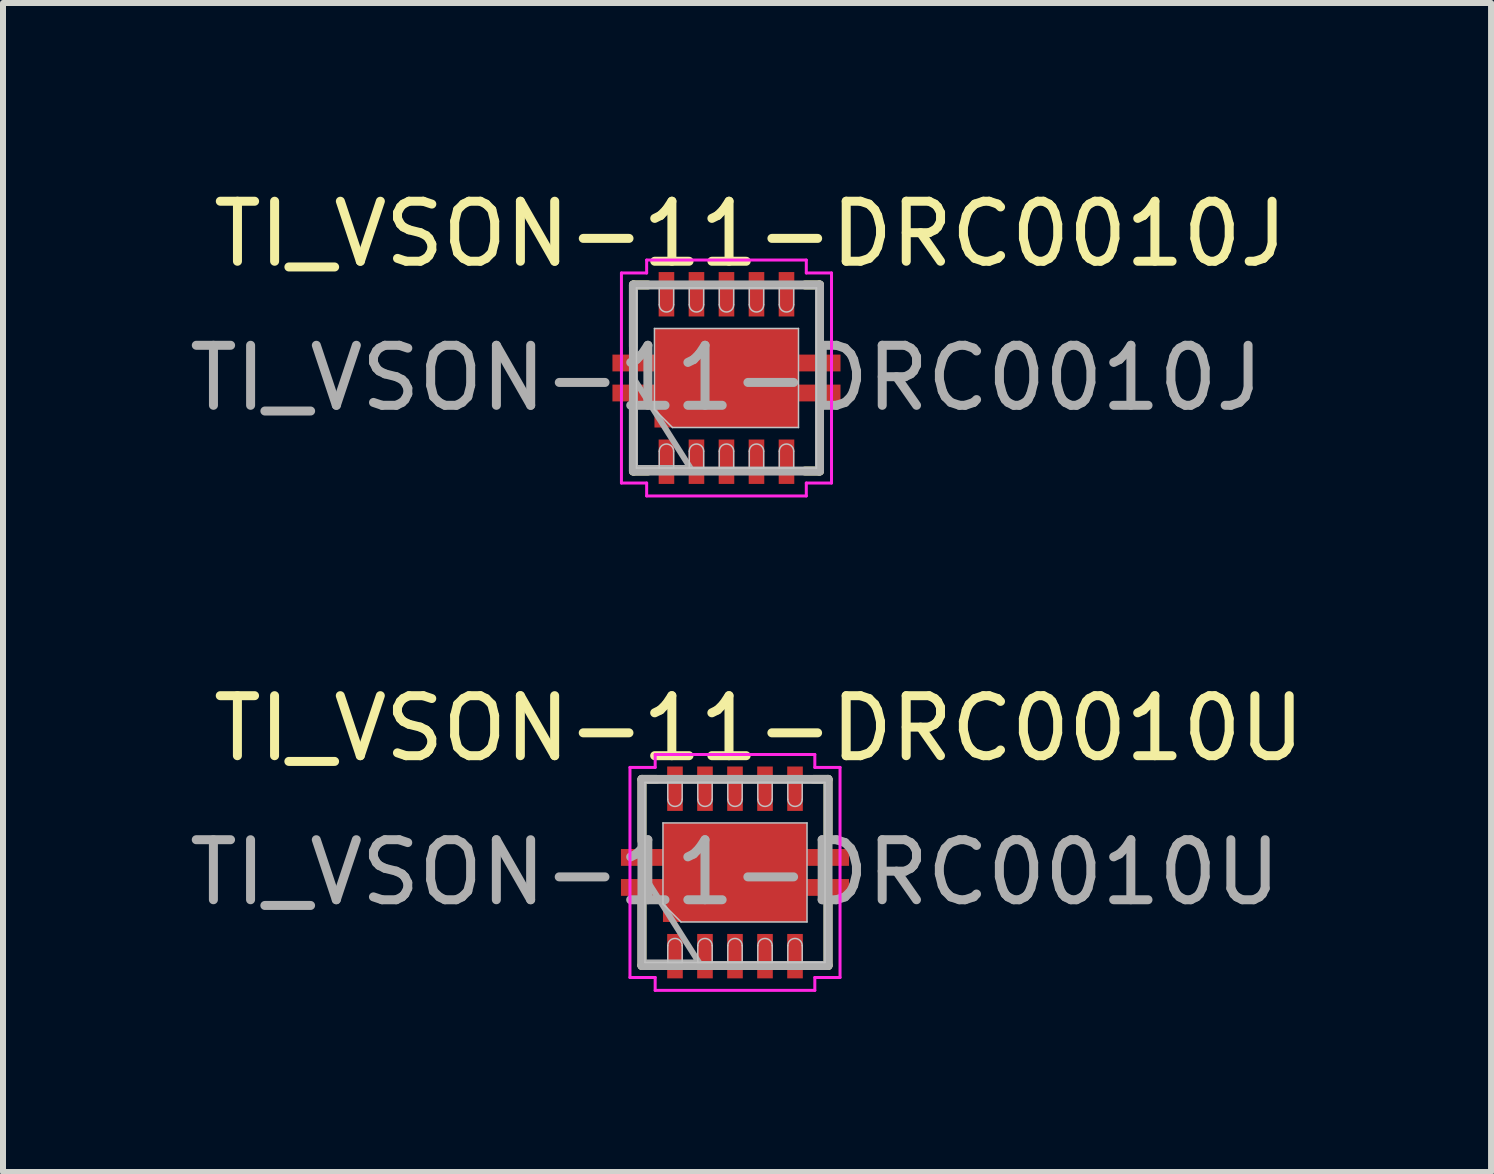
<source format=kicad_pcb>
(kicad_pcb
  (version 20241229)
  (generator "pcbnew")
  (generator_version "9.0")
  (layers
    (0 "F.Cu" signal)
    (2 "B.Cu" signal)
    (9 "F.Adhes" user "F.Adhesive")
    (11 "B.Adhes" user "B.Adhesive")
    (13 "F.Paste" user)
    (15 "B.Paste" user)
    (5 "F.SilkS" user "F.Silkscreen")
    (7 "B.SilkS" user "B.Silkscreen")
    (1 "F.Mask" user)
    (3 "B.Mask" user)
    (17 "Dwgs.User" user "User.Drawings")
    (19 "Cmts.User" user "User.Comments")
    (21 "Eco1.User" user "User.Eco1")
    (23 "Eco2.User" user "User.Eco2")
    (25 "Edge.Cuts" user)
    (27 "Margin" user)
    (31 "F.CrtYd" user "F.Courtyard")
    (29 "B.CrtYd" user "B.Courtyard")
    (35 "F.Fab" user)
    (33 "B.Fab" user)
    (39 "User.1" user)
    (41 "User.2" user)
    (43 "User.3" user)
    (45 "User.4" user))
  (footprint "TI_VSON-11-DRC0010U"
    (layer "F.Cu")
    (at 9.196 11.486)
    (property "Reference" "TI_VSON-11-DRC0010U" (at 0 0 0) (layer "F.Fab") (effects (font (size 1 1) (thickness 0.15))))
    (attr smd)
    (fp_line (start -1.55 -1.55) (end -1.31 -1.55) (stroke (width 0.15) (type solid)) (layer "F.SilkS"))
    (fp_line (start -1.55 -0.525) (end -1.55 -1.55) (stroke (width 0.15) (type solid)) (layer "F.SilkS"))
    (fp_line (start -1.55 1.55) (end -1.55 0.525) (stroke (width 0.15) (type solid)) (layer "F.SilkS"))
    (fp_line (start -1.31 1.55) (end -1.55 1.55) (stroke (width 0.15) (type solid)) (layer "F.SilkS"))
    (fp_line (start 1.31 1.55) (end 1.55 1.55) (stroke (width 0.15) (type solid)) (layer "F.SilkS"))
    (fp_line (start 1.55 -1.55) (end 1.31 -1.55) (stroke (width 0.15) (type solid)) (layer "F.SilkS"))
    (fp_line (start 1.55 -0.525) (end 1.55 -1.55) (stroke (width 0.15) (type solid)) (layer "F.SilkS"))
    (fp_line (start 1.55 1.55) (end 1.55 0.525) (stroke (width 0.15) (type solid)) (layer "F.SilkS"))
    (fp_line (start -1.5 -1.5) (end 1.5 -1.5) (stroke (width 0.025) (type solid)) (layer "Dwgs.User"))
    (fp_line (start -1.5 1.5) (end -1.5 -1.5) (stroke (width 0.025) (type solid)) (layer "Dwgs.User"))
    (fp_line (start -1.2 -0.825) (end -1.2 0.525) (stroke (width 0.025) (type solid)) (layer "Dwgs.User"))
    (fp_line (start -1.2 0.525) (end -0.9 0.825) (stroke (width 0.025) (type solid)) (layer "Dwgs.User"))
    (fp_line (start -1.12 -1.5) (end -1.12 -1.22) (stroke (width 0.025) (type solid)) (layer "Dwgs.User"))
    (fp_line (start -1.12 1.22) (end -1.12 1.5) (stroke (width 0.025) (type solid)) (layer "Dwgs.User"))
    (fp_line (start -1.12 1.5) (end -0.88 1.5) (stroke (width 0.025) (type solid)) (layer "Dwgs.User"))
    (fp_line (start -0.9 0.825) (end 1.2 0.825) (stroke (width 0.025) (type solid)) (layer "Dwgs.User"))
    (fp_line (start -0.88 -1.5) (end -1.12 -1.5) (stroke (width 0.025) (type solid)) (layer "Dwgs.User"))
    (fp_line (start -0.88 -1.22) (end -0.88 -1.5) (stroke (width 0.025) (type solid)) (layer "Dwgs.User"))
    (fp_line (start -0.88 1.5) (end -0.88 1.22) (stroke (width 0.025) (type solid)) (layer "Dwgs.User"))
    (fp_line (start -0.62 -1.5) (end -0.62 -1.22) (stroke (width 0.025) (type solid)) (layer "Dwgs.User"))
    (fp_line (start -0.62 1.22) (end -0.62 1.5) (stroke (width 0.025) (type solid)) (layer "Dwgs.User"))
    (fp_line (start -0.62 1.5) (end -0.38 1.5) (stroke (width 0.025) (type solid)) (layer "Dwgs.User"))
    (fp_line (start -0.38 -1.5) (end -0.62 -1.5) (stroke (width 0.025) (type solid)) (layer "Dwgs.User"))
    (fp_line (start -0.38 -1.22) (end -0.38 -1.5) (stroke (width 0.025) (type solid)) (layer "Dwgs.User"))
    (fp_line (start -0.38 1.5) (end -0.38 1.22) (stroke (width 0.025) (type solid)) (layer "Dwgs.User"))
    (fp_line (start -0.12 -1.5) (end -0.12 -1.22) (stroke (width 0.025) (type solid)) (layer "Dwgs.User"))
    (fp_line (start -0.12 1.22) (end -0.12 1.5) (stroke (width 0.025) (type solid)) (layer "Dwgs.User"))
    (fp_line (start -0.12 1.5) (end 0.12 1.5) (stroke (width 0.025) (type solid)) (layer "Dwgs.User"))
    (fp_line (start 0.12 -1.5) (end -0.12 -1.5) (stroke (width 0.025) (type solid)) (layer "Dwgs.User"))
    (fp_line (start 0.12 -1.22) (end 0.12 -1.5) (stroke (width 0.025) (type solid)) (layer "Dwgs.User"))
    (fp_line (start 0.12 1.5) (end 0.12 1.22) (stroke (width 0.025) (type solid)) (layer "Dwgs.User"))
    (fp_line (start 0.38 -1.5) (end 0.38 -1.22) (stroke (width 0.025) (type solid)) (layer "Dwgs.User"))
    (fp_line (start 0.38 1.22) (end 0.38 1.5) (stroke (width 0.025) (type solid)) (layer "Dwgs.User"))
    (fp_line (start 0.38 1.5) (end 0.62 1.5) (stroke (width 0.025) (type solid)) (layer "Dwgs.User"))
    (fp_line (start 0.62 -1.5) (end 0.38 -1.5) (stroke (width 0.025) (type solid)) (layer "Dwgs.User"))
    (fp_line (start 0.62 -1.22) (end 0.62 -1.5) (stroke (width 0.025) (type solid)) (layer "Dwgs.User"))
    (fp_line (start 0.62 1.5) (end 0.62 1.22) (stroke (width 0.025) (type solid)) (layer "Dwgs.User"))
    (fp_line (start 0.88 -1.5) (end 0.88 -1.22) (stroke (width 0.025) (type solid)) (layer "Dwgs.User"))
    (fp_line (start 0.88 1.22) (end 0.88 1.5) (stroke (width 0.025) (type solid)) (layer "Dwgs.User"))
    (fp_line (start 0.88 1.5) (end 1.12 1.5) (stroke (width 0.025) (type solid)) (layer "Dwgs.User"))
    (fp_line (start 1.12 -1.5) (end 0.88 -1.5) (stroke (width 0.025) (type solid)) (layer "Dwgs.User"))
    (fp_line (start 1.12 -1.22) (end 1.12 -1.5) (stroke (width 0.025) (type solid)) (layer "Dwgs.User"))
    (fp_line (start 1.12 1.5) (end 1.12 1.22) (stroke (width 0.025) (type solid)) (layer "Dwgs.User"))
    (fp_line (start 1.2 -0.825) (end -1.2 -0.825) (stroke (width 0.025) (type solid)) (layer "Dwgs.User"))
    (fp_line (start 1.2 0.825) (end 1.2 -0.825) (stroke (width 0.025) (type solid)) (layer "Dwgs.User"))
    (fp_line (start 1.5 -1.5) (end 1.5 1.5) (stroke (width 0.025) (type solid)) (layer "Dwgs.User"))
    (fp_line (start 1.5 1.5) (end -1.5 1.5) (stroke (width 0.025) (type solid)) (layer "Dwgs.User"))
    (fp_arc (start -1.12 1.22) (mid -1 1.1) (end -0.88 1.22) (stroke (width 0.025) (type solid)) (layer "Dwgs.User"))
    (fp_arc (start -0.88 -1.22) (mid -1 -1.1) (end -1.12 -1.22) (stroke (width 0.025) (type solid)) (layer "Dwgs.User"))
    (fp_arc (start -0.62 1.22) (mid -0.5 1.1) (end -0.38 1.22) (stroke (width 0.025) (type solid)) (layer "Dwgs.User"))
    (fp_arc (start -0.38 -1.22) (mid -0.5 -1.1) (end -0.62 -1.22) (stroke (width 0.025) (type solid)) (layer "Dwgs.User"))
    (fp_arc (start -0.12 1.22) (mid 0 1.1) (end 0.12 1.22) (stroke (width 0.025) (type solid)) (layer "Dwgs.User"))
    (fp_arc (start 0.12 -1.22) (mid 0 -1.1) (end -0.12 -1.22) (stroke (width 0.025) (type solid)) (layer "Dwgs.User"))
    (fp_arc (start 0.38 1.22) (mid 0.5 1.1) (end 0.62 1.22) (stroke (width 0.025) (type solid)) (layer "Dwgs.User"))
    (fp_arc (start 0.62 -1.22) (mid 0.5 -1.1) (end 0.38 -1.22) (stroke (width 0.025) (type solid)) (layer "Dwgs.User"))
    (fp_arc (start 0.88 1.22) (mid 1 1.1) (end 1.12 1.22) (stroke (width 0.025) (type solid)) (layer "Dwgs.User"))
    (fp_arc (start 1.12 -1.22) (mid 1 -1.1) (end 0.88 -1.22) (stroke (width 0.025) (type solid)) (layer "Dwgs.User"))
    (fp_line (start -1.75 -1.75) (end -1.75 1.75) (stroke (width 0.05) (type solid)) (layer "F.CrtYd"))
    (fp_line (start -1.75 1.75) (end -1.33 1.75) (stroke (width 0.05) (type solid)) (layer "F.CrtYd"))
    (fp_line (start -1.33 -1.965) (end -1.33 -1.75) (stroke (width 0.05) (type solid)) (layer "F.CrtYd"))
    (fp_line (start -1.33 -1.75) (end -1.75 -1.75) (stroke (width 0.05) (type solid)) (layer "F.CrtYd"))
    (fp_line (start -1.33 1.75) (end -1.33 1.965) (stroke (width 0.05) (type solid)) (layer "F.CrtYd"))
    (fp_line (start -1.33 1.965) (end 1.33 1.965) (stroke (width 0.05) (type solid)) (layer "F.CrtYd"))
    (fp_line (start 1.33 -1.965) (end -1.33 -1.965) (stroke (width 0.05) (type solid)) (layer "F.CrtYd"))
    (fp_line (start 1.33 -1.75) (end 1.33 -1.965) (stroke (width 0.05) (type solid)) (layer "F.CrtYd"))
    (fp_line (start 1.33 1.75) (end 1.75 1.75) (stroke (width 0.05) (type solid)) (layer "F.CrtYd"))
    (fp_line (start 1.33 1.965) (end 1.33 1.75) (stroke (width 0.05) (type solid)) (layer "F.CrtYd"))
    (fp_line (start 1.75 -1.75) (end 1.33 -1.75) (stroke (width 0.05) (type solid)) (layer "F.CrtYd"))
    (fp_line (start 1.75 1.75) (end 1.75 -1.75) (stroke (width 0.05) (type solid)) (layer "F.CrtYd"))
    (fp_line (start -1.55 -1.55) (end 1.55 -1.55) (stroke (width 0.15) (type solid)) (layer "F.Fab"))
    (fp_line (start -1.55 1.55) (end -1.55 -1.55) (stroke (width 0.15) (type solid)) (layer "F.Fab"))
    (fp_line (start 1.55 -1.55) (end 1.55 1.55) (stroke (width 0.15) (type solid)) (layer "F.Fab"))
    (fp_line (start 1.55 1.55) (end -1.55 1.55) (stroke (width 0.15) (type solid)) (layer "F.Fab"))
    (fp_poly (pts (xy -0.6 1.5) (xy -1.55 1.5) (xy -1.55 0)) (stroke (width 0.1) (type solid)) (fill no) (layer "F.Fab"))
    (fp_text user "${REFERENCE}" (at 0.4 -2.4 0) (layer "F.SilkS") (effects (font (size 1 1) (thickness 0.15))))
    (pad "" smd rect (at -0.555 -0.365 90) (size 0.54 0.92) (layers "F.Paste"))
    (pad "" smd rect (at -0.555 0.365 90) (size 0.54 0.92) (layers "F.Paste"))
    (pad "" smd rect (at 0.555 -0.365 90) (size 0.54 0.92) (layers "F.Paste"))
    (pad "" smd rect (at 0.555 0.365 90) (size 0.54 0.92) (layers "F.Paste"))
    (pad "1" smd rect (at -1 1.395 90) (size 0.74 0.26) (layers "F.Cu" "F.Mask" "F.Paste"))
    (pad "2" smd rect (at -0.5 1.395 90) (size 0.74 0.26) (layers "F.Cu" "F.Mask" "F.Paste"))
    (pad "3" smd rect (at 0 1.395 90) (size 0.74 0.26) (layers "F.Cu" "F.Mask" "F.Paste"))
    (pad "4" smd rect (at 0.5 1.395 90) (size 0.74 0.26) (layers "F.Cu" "F.Mask" "F.Paste"))
    (pad "5" smd rect (at 1 1.395 90) (size 0.74 0.26) (layers "F.Cu" "F.Mask" "F.Paste"))
    (pad "6" smd rect (at 1 -1.395 90) (size 0.74 0.26) (layers "F.Cu" "F.Mask" "F.Paste"))
    (pad "7" smd rect (at 0.5 -1.395 90) (size 0.74 0.26) (layers "F.Cu" "F.Mask" "F.Paste"))
    (pad "8" smd rect (at 0 -1.395 90) (size 0.74 0.26) (layers "F.Cu" "F.Mask" "F.Paste"))
    (pad "9" smd rect (at -0.5 -1.395 90) (size 0.74 0.26) (layers "F.Cu" "F.Mask" "F.Paste"))
    (pad "10" smd rect (at -1 -1.395 90) (size 0.74 0.26) (layers "F.Cu" "F.Mask" "F.Paste"))
    (pad "11" smd rect (at -1.55 -0.25) (size 0.7 0.28) (layers "F.Cu" "F.Mask" "F.Paste"))
    (pad "11" smd rect (at -1.55 0.25) (size 0.7 0.28) (layers "F.Cu" "F.Mask" "F.Paste"))
    (pad "11" smd rect (at 0 0 90) (size 1.65 2.4) (layers "F.Cu" "F.Mask"))
    (pad "11" smd rect (at 1.55 -0.25) (size 0.7 0.28) (layers "F.Cu" "F.Mask" "F.Paste"))
    (pad "11" smd rect (at 1.55 0.25) (size 0.7 0.28) (layers "F.Cu" "F.Mask" "F.Paste")))
  (footprint "TI_VSON-11-DRC0010J"
    (layer "F.Cu")
    (at 9.054 3.248)
    (property "Reference" "TI_VSON-11-DRC0010J" (at 0 0 0) (layer "F.Fab") (effects (font (size 1 1) (thickness 0.15))))
    (attr smd)
    (fp_line (start -1.55 -1.55) (end -1.31 -1.55) (stroke (width 0.15) (type solid)) (layer "F.SilkS"))
    (fp_line (start -1.55 -0.525) (end -1.55 -1.55) (stroke (width 0.15) (type solid)) (layer "F.SilkS"))
    (fp_line (start -1.55 1.55) (end -1.55 0.525) (stroke (width 0.15) (type solid)) (layer "F.SilkS"))
    (fp_line (start -1.31 1.55) (end -1.55 1.55) (stroke (width 0.15) (type solid)) (layer "F.SilkS"))
    (fp_line (start 1.31 1.55) (end 1.55 1.55) (stroke (width 0.15) (type solid)) (layer "F.SilkS"))
    (fp_line (start 1.55 -1.55) (end 1.31 -1.55) (stroke (width 0.15) (type solid)) (layer "F.SilkS"))
    (fp_line (start 1.55 -0.525) (end 1.55 -1.55) (stroke (width 0.15) (type solid)) (layer "F.SilkS"))
    (fp_line (start 1.55 1.55) (end 1.55 0.525) (stroke (width 0.15) (type solid)) (layer "F.SilkS"))
    (fp_line (start -1.5 -1.5) (end 1.5 -1.5) (stroke (width 0.025) (type solid)) (layer "Dwgs.User"))
    (fp_line (start -1.5 1.5) (end -1.5 -1.5) (stroke (width 0.025) (type solid)) (layer "Dwgs.User"))
    (fp_line (start -1.2 -0.825) (end -1.2 0.525) (stroke (width 0.025) (type solid)) (layer "Dwgs.User"))
    (fp_line (start -1.2 0.525) (end -0.9 0.825) (stroke (width 0.025) (type solid)) (layer "Dwgs.User"))
    (fp_line (start -1.12 -1.5) (end -1.12 -1.22) (stroke (width 0.025) (type solid)) (layer "Dwgs.User"))
    (fp_line (start -1.12 1.22) (end -1.12 1.5) (stroke (width 0.025) (type solid)) (layer "Dwgs.User"))
    (fp_line (start -1.12 1.5) (end -0.88 1.5) (stroke (width 0.025) (type solid)) (layer "Dwgs.User"))
    (fp_line (start -0.9 0.825) (end 1.2 0.825) (stroke (width 0.025) (type solid)) (layer "Dwgs.User"))
    (fp_line (start -0.88 -1.5) (end -1.12 -1.5) (stroke (width 0.025) (type solid)) (layer "Dwgs.User"))
    (fp_line (start -0.88 -1.22) (end -0.88 -1.5) (stroke (width 0.025) (type solid)) (layer "Dwgs.User"))
    (fp_line (start -0.88 1.5) (end -0.88 1.22) (stroke (width 0.025) (type solid)) (layer "Dwgs.User"))
    (fp_line (start -0.62 -1.5) (end -0.62 -1.22) (stroke (width 0.025) (type solid)) (layer "Dwgs.User"))
    (fp_line (start -0.62 1.22) (end -0.62 1.5) (stroke (width 0.025) (type solid)) (layer "Dwgs.User"))
    (fp_line (start -0.62 1.5) (end -0.38 1.5) (stroke (width 0.025) (type solid)) (layer "Dwgs.User"))
    (fp_line (start -0.38 -1.5) (end -0.62 -1.5) (stroke (width 0.025) (type solid)) (layer "Dwgs.User"))
    (fp_line (start -0.38 -1.22) (end -0.38 -1.5) (stroke (width 0.025) (type solid)) (layer "Dwgs.User"))
    (fp_line (start -0.38 1.5) (end -0.38 1.22) (stroke (width 0.025) (type solid)) (layer "Dwgs.User"))
    (fp_line (start -0.12 -1.5) (end -0.12 -1.22) (stroke (width 0.025) (type solid)) (layer "Dwgs.User"))
    (fp_line (start -0.12 1.22) (end -0.12 1.5) (stroke (width 0.025) (type solid)) (layer "Dwgs.User"))
    (fp_line (start -0.12 1.5) (end 0.12 1.5) (stroke (width 0.025) (type solid)) (layer "Dwgs.User"))
    (fp_line (start 0.12 -1.5) (end -0.12 -1.5) (stroke (width 0.025) (type solid)) (layer "Dwgs.User"))
    (fp_line (start 0.12 -1.22) (end 0.12 -1.5) (stroke (width 0.025) (type solid)) (layer "Dwgs.User"))
    (fp_line (start 0.12 1.5) (end 0.12 1.22) (stroke (width 0.025) (type solid)) (layer "Dwgs.User"))
    (fp_line (start 0.38 -1.5) (end 0.38 -1.22) (stroke (width 0.025) (type solid)) (layer "Dwgs.User"))
    (fp_line (start 0.38 1.22) (end 0.38 1.5) (stroke (width 0.025) (type solid)) (layer "Dwgs.User"))
    (fp_line (start 0.38 1.5) (end 0.62 1.5) (stroke (width 0.025) (type solid)) (layer "Dwgs.User"))
    (fp_line (start 0.62 -1.5) (end 0.38 -1.5) (stroke (width 0.025) (type solid)) (layer "Dwgs.User"))
    (fp_line (start 0.62 -1.22) (end 0.62 -1.5) (stroke (width 0.025) (type solid)) (layer "Dwgs.User"))
    (fp_line (start 0.62 1.5) (end 0.62 1.22) (stroke (width 0.025) (type solid)) (layer "Dwgs.User"))
    (fp_line (start 0.88 -1.5) (end 0.88 -1.22) (stroke (width 0.025) (type solid)) (layer "Dwgs.User"))
    (fp_line (start 0.88 1.22) (end 0.88 1.5) (stroke (width 0.025) (type solid)) (layer "Dwgs.User"))
    (fp_line (start 0.88 1.5) (end 1.12 1.5) (stroke (width 0.025) (type solid)) (layer "Dwgs.User"))
    (fp_line (start 1.12 -1.5) (end 0.88 -1.5) (stroke (width 0.025) (type solid)) (layer "Dwgs.User"))
    (fp_line (start 1.12 -1.22) (end 1.12 -1.5) (stroke (width 0.025) (type solid)) (layer "Dwgs.User"))
    (fp_line (start 1.12 1.5) (end 1.12 1.22) (stroke (width 0.025) (type solid)) (layer "Dwgs.User"))
    (fp_line (start 1.2 -0.825) (end -1.2 -0.825) (stroke (width 0.025) (type solid)) (layer "Dwgs.User"))
    (fp_line (start 1.2 0.825) (end 1.2 -0.825) (stroke (width 0.025) (type solid)) (layer "Dwgs.User"))
    (fp_line (start 1.5 -1.5) (end 1.5 1.5) (stroke (width 0.025) (type solid)) (layer "Dwgs.User"))
    (fp_line (start 1.5 1.5) (end -1.5 1.5) (stroke (width 0.025) (type solid)) (layer "Dwgs.User"))
    (fp_arc (start -1.12 1.22) (mid -1 1.1) (end -0.88 1.22) (stroke (width 0.025) (type solid)) (layer "Dwgs.User"))
    (fp_arc (start -0.88 -1.22) (mid -1 -1.1) (end -1.12 -1.22) (stroke (width 0.025) (type solid)) (layer "Dwgs.User"))
    (fp_arc (start -0.62 1.22) (mid -0.5 1.1) (end -0.38 1.22) (stroke (width 0.025) (type solid)) (layer "Dwgs.User"))
    (fp_arc (start -0.38 -1.22) (mid -0.5 -1.1) (end -0.62 -1.22) (stroke (width 0.025) (type solid)) (layer "Dwgs.User"))
    (fp_arc (start -0.12 1.22) (mid 0 1.1) (end 0.12 1.22) (stroke (width 0.025) (type solid)) (layer "Dwgs.User"))
    (fp_arc (start 0.12 -1.22) (mid 0 -1.1) (end -0.12 -1.22) (stroke (width 0.025) (type solid)) (layer "Dwgs.User"))
    (fp_arc (start 0.38 1.22) (mid 0.5 1.1) (end 0.62 1.22) (stroke (width 0.025) (type solid)) (layer "Dwgs.User"))
    (fp_arc (start 0.62 -1.22) (mid 0.5 -1.1) (end 0.38 -1.22) (stroke (width 0.025) (type solid)) (layer "Dwgs.User"))
    (fp_arc (start 0.88 1.22) (mid 1 1.1) (end 1.12 1.22) (stroke (width 0.025) (type solid)) (layer "Dwgs.User"))
    (fp_arc (start 1.12 -1.22) (mid 1 -1.1) (end 0.88 -1.22) (stroke (width 0.025) (type solid)) (layer "Dwgs.User"))
    (fp_line (start -1.75 -1.75) (end -1.75 1.75) (stroke (width 0.05) (type solid)) (layer "F.CrtYd"))
    (fp_line (start -1.75 1.75) (end -1.33 1.75) (stroke (width 0.05) (type solid)) (layer "F.CrtYd"))
    (fp_line (start -1.33 -1.965) (end -1.33 -1.75) (stroke (width 0.05) (type solid)) (layer "F.CrtYd"))
    (fp_line (start -1.33 -1.75) (end -1.75 -1.75) (stroke (width 0.05) (type solid)) (layer "F.CrtYd"))
    (fp_line (start -1.33 1.75) (end -1.33 1.965) (stroke (width 0.05) (type solid)) (layer "F.CrtYd"))
    (fp_line (start -1.33 1.965) (end 1.33 1.965) (stroke (width 0.05) (type solid)) (layer "F.CrtYd"))
    (fp_line (start 1.33 -1.965) (end -1.33 -1.965) (stroke (width 0.05) (type solid)) (layer "F.CrtYd"))
    (fp_line (start 1.33 -1.75) (end 1.33 -1.965) (stroke (width 0.05) (type solid)) (layer "F.CrtYd"))
    (fp_line (start 1.33 1.75) (end 1.75 1.75) (stroke (width 0.05) (type solid)) (layer "F.CrtYd"))
    (fp_line (start 1.33 1.965) (end 1.33 1.75) (stroke (width 0.05) (type solid)) (layer "F.CrtYd"))
    (fp_line (start 1.75 -1.75) (end 1.33 -1.75) (stroke (width 0.05) (type solid)) (layer "F.CrtYd"))
    (fp_line (start 1.75 1.75) (end 1.75 -1.75) (stroke (width 0.05) (type solid)) (layer "F.CrtYd"))
    (fp_line (start -1.55 -1.55) (end 1.55 -1.55) (stroke (width 0.15) (type solid)) (layer "F.Fab"))
    (fp_line (start -1.55 1.55) (end -1.55 -1.55) (stroke (width 0.15) (type solid)) (layer "F.Fab"))
    (fp_line (start 1.55 -1.55) (end 1.55 1.55) (stroke (width 0.15) (type solid)) (layer "F.Fab"))
    (fp_line (start 1.55 1.55) (end -1.55 1.55) (stroke (width 0.15) (type solid)) (layer "F.Fab"))
    (fp_poly (pts (xy -0.6 1.5) (xy -1.55 1.5) (xy -1.55 0)) (stroke (width 0.1) (type solid)) (fill no) (layer "F.Fab"))
    (fp_text user "${REFERENCE}" (at 0.4 -2.4 0) (layer "F.SilkS") (effects (font (size 1 1) (thickness 0.15))))
    (pad "" smd rect (at -0.555 -0.365 90) (size 0.54 0.92) (layers "F.Paste"))
    (pad "" smd rect (at -0.555 0.365 90) (size 0.54 0.92) (layers "F.Paste"))
    (pad "" smd rect (at 0.555 -0.365 90) (size 0.54 0.92) (layers "F.Paste"))
    (pad "" smd rect (at 0.555 0.365 90) (size 0.54 0.92) (layers "F.Paste"))
    (pad "1" smd rect (at -1 1.395 90) (size 0.74 0.26) (layers "F.Cu" "F.Mask" "F.Paste"))
    (pad "2" smd rect (at -0.5 1.395 90) (size 0.74 0.26) (layers "F.Cu" "F.Mask" "F.Paste"))
    (pad "3" smd rect (at 0 1.395 90) (size 0.74 0.26) (layers "F.Cu" "F.Mask" "F.Paste"))
    (pad "4" smd rect (at 0.5 1.395 90) (size 0.74 0.26) (layers "F.Cu" "F.Mask" "F.Paste"))
    (pad "5" smd rect (at 1 1.395 90) (size 0.74 0.26) (layers "F.Cu" "F.Mask" "F.Paste"))
    (pad "6" smd rect (at 1 -1.395 90) (size 0.74 0.26) (layers "F.Cu" "F.Mask" "F.Paste"))
    (pad "7" smd rect (at 0.5 -1.395 90) (size 0.74 0.26) (layers "F.Cu" "F.Mask" "F.Paste"))
    (pad "8" smd rect (at 0 -1.395 90) (size 0.74 0.26) (layers "F.Cu" "F.Mask" "F.Paste"))
    (pad "9" smd rect (at -0.5 -1.395 90) (size 0.74 0.26) (layers "F.Cu" "F.Mask" "F.Paste"))
    (pad "10" smd rect (at -1 -1.395 90) (size 0.74 0.26) (layers "F.Cu" "F.Mask" "F.Paste"))
    (pad "11" smd rect (at -1.55 -0.25) (size 0.7 0.28) (layers "F.Cu" "F.Mask" "F.Paste"))
    (pad "11" smd rect (at -1.55 0.25) (size 0.7 0.28) (layers "F.Cu" "F.Mask" "F.Paste"))
    (pad "11" smd rect (at 0 0 90) (size 1.65 2.4) (layers "F.Cu" "F.Mask"))
    (pad "11" smd rect (at 1.55 -0.25) (size 0.7 0.28) (layers "F.Cu" "F.Mask" "F.Paste"))
    (pad "11" smd rect (at 1.55 0.25) (size 0.7 0.28) (layers "F.Cu" "F.Mask" "F.Paste")))
  (gr_rect
    (start -3 -3)
    (end 21.793 16.477)
    (stroke (width 0.1) (type default))
    (fill no)
    (layer "Edge.Cuts")))
</source>
